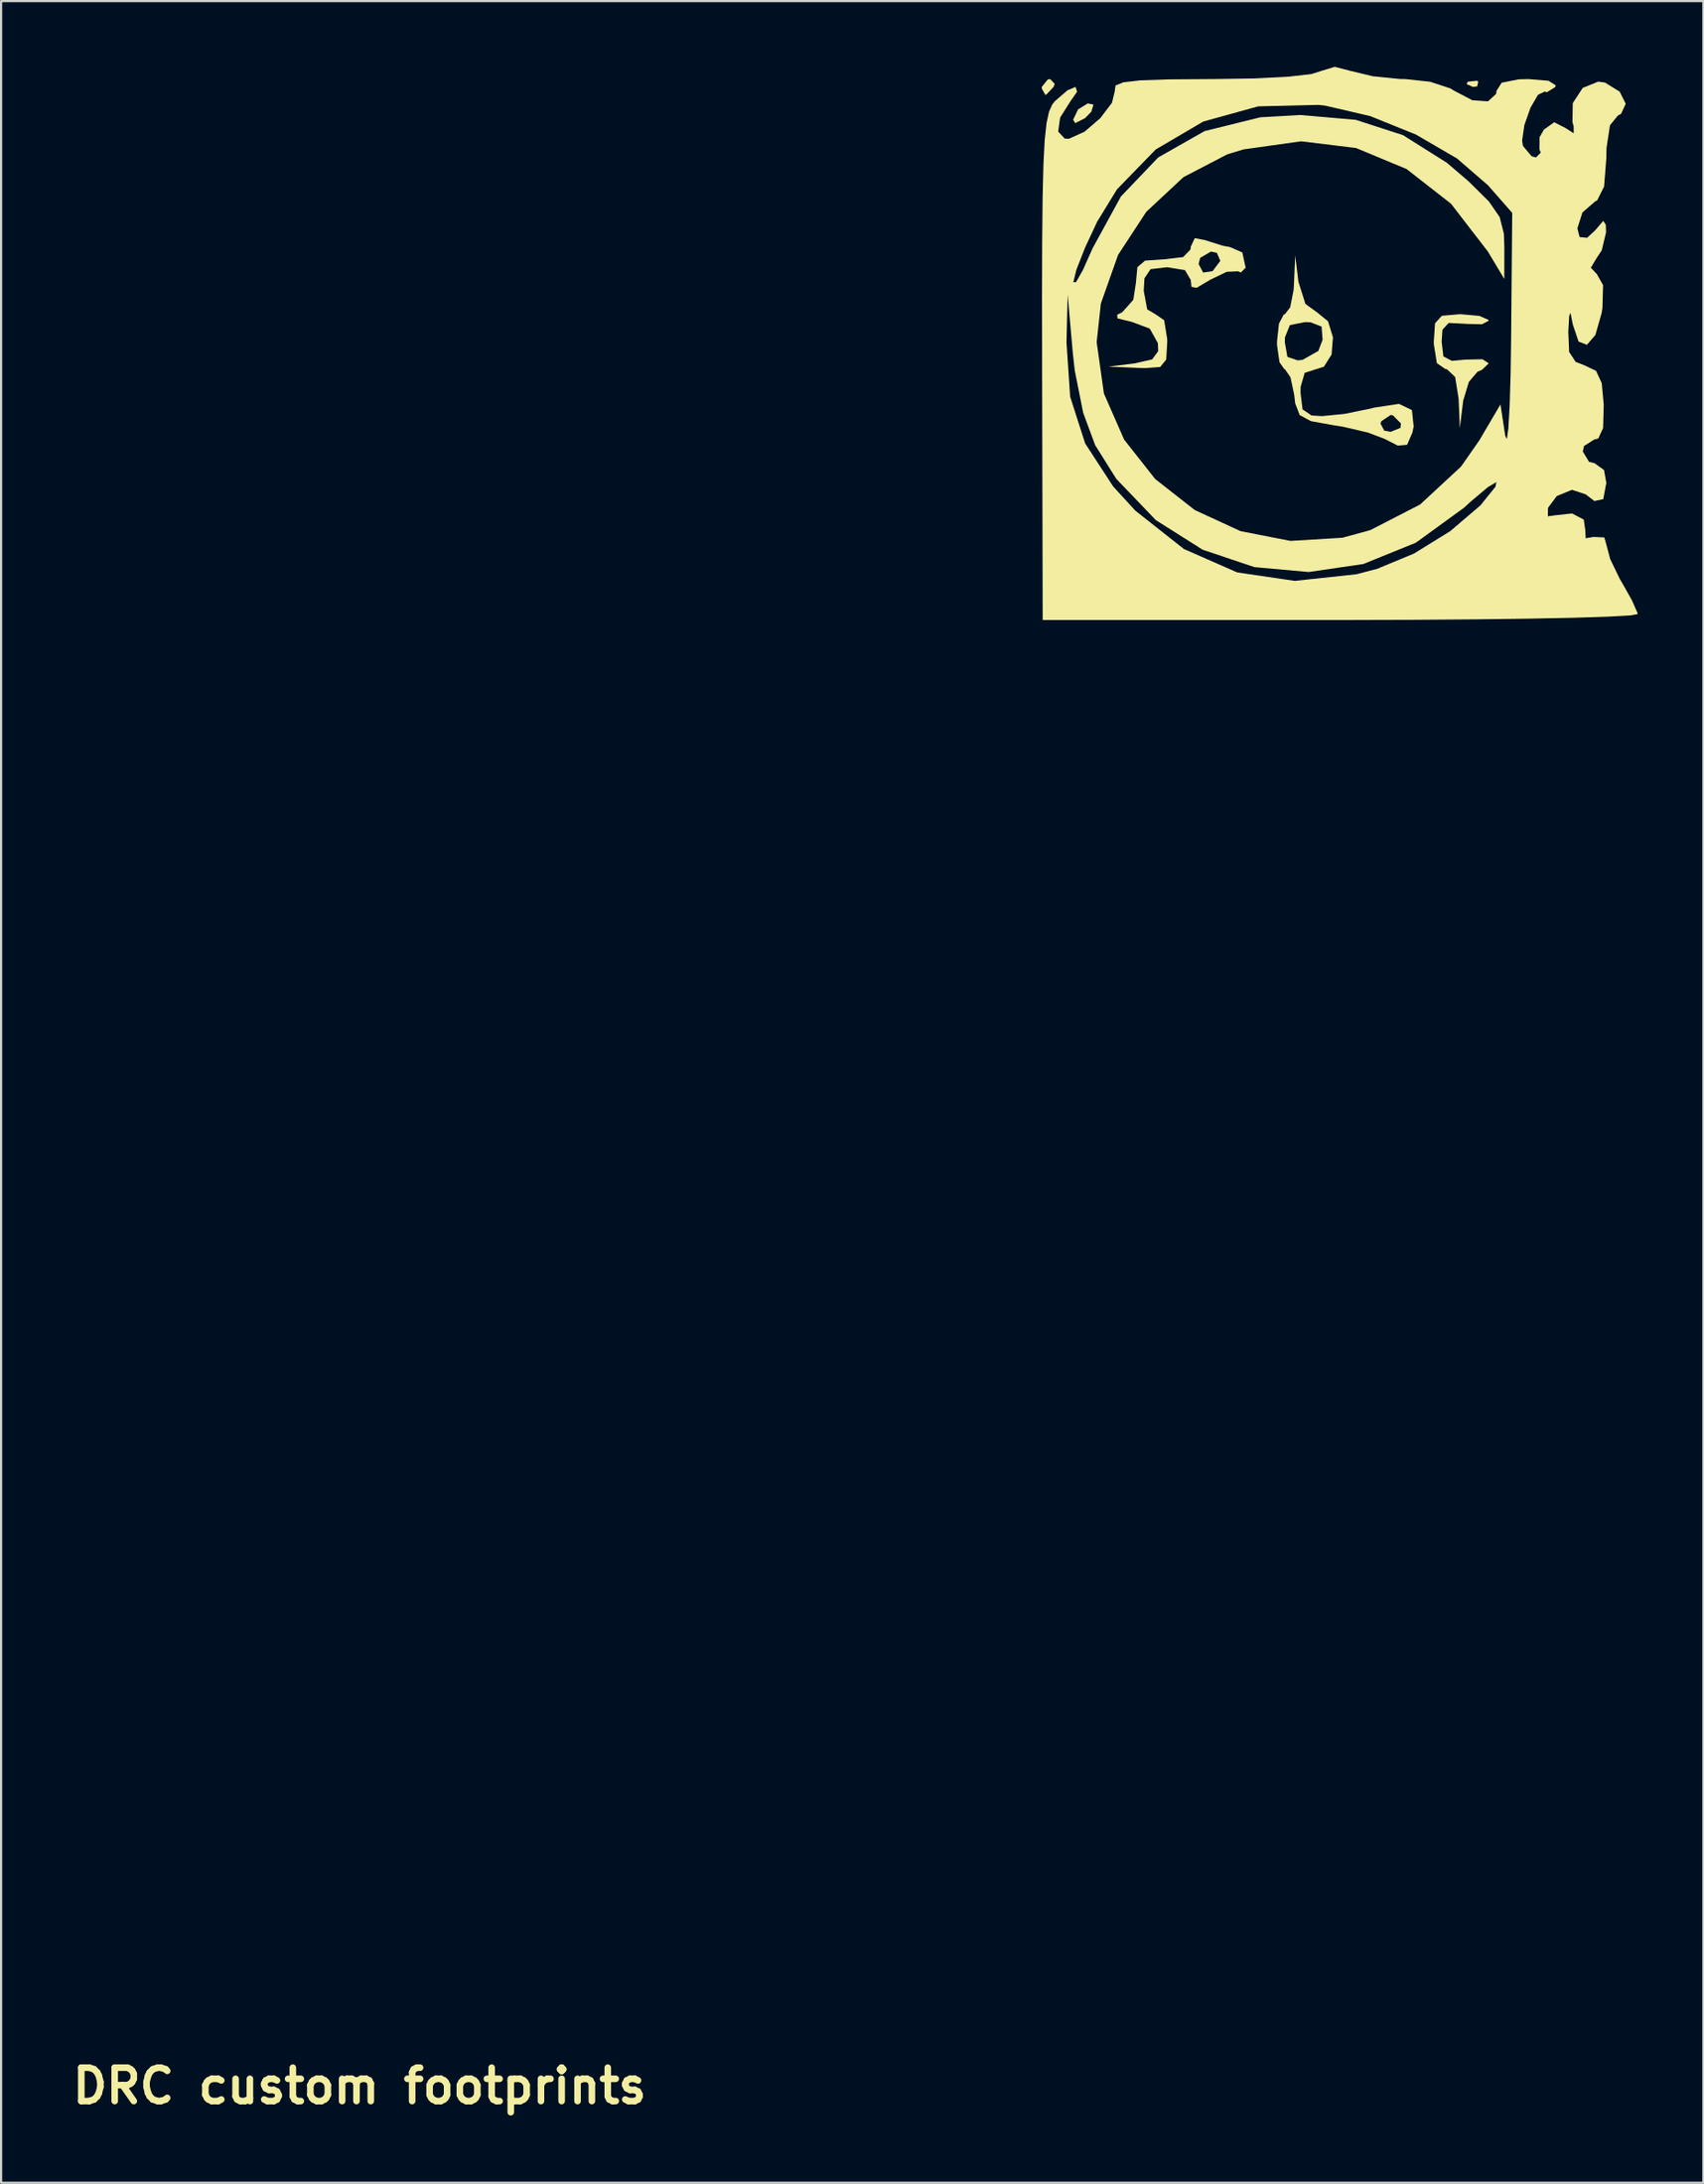
<source format=kicad_pcb>
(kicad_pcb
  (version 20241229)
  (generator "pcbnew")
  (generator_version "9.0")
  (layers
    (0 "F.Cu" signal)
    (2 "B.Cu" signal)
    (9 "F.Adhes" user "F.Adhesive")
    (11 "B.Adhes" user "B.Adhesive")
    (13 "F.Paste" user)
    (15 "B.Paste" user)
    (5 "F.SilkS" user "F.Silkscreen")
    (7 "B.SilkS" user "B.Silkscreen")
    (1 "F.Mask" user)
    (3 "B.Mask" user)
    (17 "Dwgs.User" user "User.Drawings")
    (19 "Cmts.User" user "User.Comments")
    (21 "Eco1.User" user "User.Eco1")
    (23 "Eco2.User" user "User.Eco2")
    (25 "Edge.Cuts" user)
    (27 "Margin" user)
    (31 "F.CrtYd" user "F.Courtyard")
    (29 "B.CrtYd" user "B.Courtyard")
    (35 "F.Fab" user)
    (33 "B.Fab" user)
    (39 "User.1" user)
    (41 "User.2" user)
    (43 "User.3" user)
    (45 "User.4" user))
  (footprint "DRC custom footprints"
    (layer "F.Cu")
    (at 13.36 92.142)
    (property "Reference" "DRC custom footprints" (at 0 0 0) (layer "F.SilkS") (effects (font (size 1.524 1.524) (thickness 0.3))))
    (attr board_only exclude_from_pos_files exclude_from_bom)
    (fp_poly (pts (xy 51.038 -91.464) (xy 50.989 -91.251) (xy 50.8 -91.225) (xy 50.506 -91.356) (xy 50.562 -91.464) (xy 50.986 -91.507)) (stroke (width 0) (type solid)) (fill yes) (layer "F.SilkS"))
    (fp_poly (pts (xy 33.482 -90.418) (xy 33.385 -90.094) (xy 33.1 -89.802) (xy 32.65 -89.571) (xy 32.555 -89.729) (xy 32.778 -90.198) (xy 33.223 -90.474)) (stroke (width 0) (type solid)) (fill yes) (layer "F.SilkS"))
    (fp_poly (pts (xy 31.716 -91.364) (xy 31.661 -91.225) (xy 31.339 -90.884) (xy 31.282 -90.868) (xy 31.128 -91.144) (xy 31.124 -91.225) (xy 31.399 -91.569) (xy 31.503 -91.583)) (stroke (width 0) (type solid)) (fill yes) (layer "F.SilkS"))
    (fp_poly (pts (xy 51.091 -80.776) (xy 51.505 -80.594) (xy 51.515 -80.555) (xy 51.21 -80.394) (xy 50.472 -80.412) (xy 50.442 -80.417) (xy 49.689 -80.455) (xy 49.406 -80.146) (xy 49.369 -79.599) (xy 49.448 -78.926) (xy 49.834 -78.725) (xy 50.442 -78.781) (xy 51.231 -78.797) (xy 51.518 -78.611) (xy 51.209 -78.316) (xy 51.003 -78.226) (xy 50.611 -77.766) (xy 50.354 -76.916) (xy 50.345 -76.847) (xy 50.199 -75.663) (xy 50.142 -77.005) (xy 49.985 -77.986) (xy 49.608 -78.343) (xy 49.548 -78.346) (xy 49.151 -78.618) (xy 49.012 -79.485) (xy 49.011 -79.599) (xy 49.067 -80.438) (xy 49.379 -80.782) (xy 50.168 -80.851) (xy 50.263 -80.851)) (stroke (width 0) (type solid)) (fill yes) (layer "F.SilkS"))
    (fp_poly (pts (xy 38.547 -84.241) (xy 39.376 -83.979) (xy 39.71 -83.918) (xy 40.274 -83.672) (xy 40.425 -82.976) (xy 40.208 -82.759) (xy 40.078 -82.812) (xy 39.562 -82.788) (xy 38.826 -82.434) (xy 38.193 -82.059) (xy 37.955 -82.1) (xy 37.921 -82.419) (xy 37.656 -82.865) (xy 36.848 -82.997) (xy 36.088 -82.909) (xy 35.808 -82.49) (xy 35.775 -81.924) (xy 35.935 -81.072) (xy 36.311 -80.851) (xy 36.708 -80.579) (xy 36.847 -79.713) (xy 36.848 -79.599) (xy 36.802 -78.782) (xy 36.524 -78.443) (xy 35.802 -78.392) (xy 35.506 -78.404) (xy 34.165 -78.461) (xy 35.349 -78.607) (xy 36.16 -78.791) (xy 36.436 -79.167) (xy 36.422 -79.531) (xy 36.052 -80.195) (xy 35.238 -80.5) (xy 34.576 -80.663) (xy 34.567 -80.832) (xy 34.791 -80.939) (xy 35.299 -81.507) (xy 35.417 -82.27) (xy 35.486 -82.999) (xy 35.659 -83.146) (xy 38.279 -83.146) (xy 38.487 -82.754) (xy 38.916 -82.817) (xy 39.27 -83.288) (xy 39.114 -83.653) (xy 38.845 -83.713) (xy 38.352 -83.425) (xy 38.279 -83.146) (xy 35.659 -83.146) (xy 35.836 -83.298) (xy 36.669 -83.355) (xy 37.572 -83.459) (xy 37.91 -83.809) (xy 37.921 -83.93) (xy 38.104 -84.324)) (stroke (width 0) (type solid)) (fill yes) (layer "F.SilkS"))
    (fp_poly (pts (xy 42.834 -82.331) (xy 43.155 -81.319) (xy 43.671 -80.948) (xy 44.186 -80.528) (xy 44.41 -79.794) (xy 44.347 -79.015) (xy 43.999 -78.46) (xy 43.645 -78.346) (xy 43.121 -78.178) (xy 42.937 -77.55) (xy 42.93 -77.273) (xy 43.021 -76.511) (xy 43.433 -76.231) (xy 43.913 -76.202) (xy 44.923 -76.302) (xy 46.115 -76.544) (xy 46.288 -76.59) (xy 47.421 -76.762) (xy 48.013 -76.479) (xy 48.092 -75.725) (xy 48.031 -75.445) (xy 47.793 -74.894) (xy 47.369 -74.857) (xy 46.747 -75.171) (xy 46 -75.453) (xy 44.893 -75.712) (xy 44.421 -75.789) (xy 43.978 -75.869) (xy 46.576 -75.869) (xy 46.748 -75.543) (xy 47.044 -75.485) (xy 47.489 -75.666) (xy 47.512 -75.869) (xy 47.142 -76.239) (xy 47.044 -76.254) (xy 46.624 -75.975) (xy 46.576 -75.869) (xy 43.978 -75.869) (xy 43.401 -75.973) (xy 42.891 -76.251) (xy 42.688 -76.78) (xy 42.639 -77.186) (xy 42.472 -77.977) (xy 42.216 -78.343) (xy 42.191 -78.346) (xy 41.97 -78.661) (xy 41.859 -79.434) (xy 41.857 -79.574) (xy 42.214 -79.574) (xy 42.331 -78.904) (xy 42.802 -78.746) (xy 43.019 -78.769) (xy 43.742 -79.176) (xy 43.938 -79.688) (xy 43.89 -80.289) (xy 43.38 -80.486) (xy 43.133 -80.493) (xy 42.442 -80.356) (xy 42.221 -79.801) (xy 42.214 -79.574) (xy 41.857 -79.574) (xy 41.856 -79.599) (xy 41.946 -80.426) (xy 42.167 -80.84) (xy 42.214 -80.851) (xy 42.458 -81.167) (xy 42.613 -81.952) (xy 42.629 -82.192) (xy 42.686 -83.534)) (stroke (width 0) (type solid)) (fill yes) (layer "F.SilkS"))
    (fp_poly (pts (xy 45.22 -91.954) (xy 46.223 -91.713) (xy 47.46 -91.588) (xy 47.714 -91.583) (xy 48.844 -91.461) (xy 49.764 -91.159) (xy 49.927 -91.058) (xy 50.771 -90.617) (xy 51.484 -90.567) (xy 51.857 -90.91) (xy 51.873 -91.046) (xy 52.106 -91.417) (xy 52.881 -91.572) (xy 53.325 -91.583) (xy 54.243 -91.507) (xy 54.576 -91.297) (xy 54.553 -91.22) (xy 54.172 -90.983) (xy 54.071 -91.015) (xy 53.763 -90.865) (xy 53.42 -90.27) (xy 53.144 -89.488) (xy 53.04 -88.774) (xy 53.08 -88.532) (xy 53.471 -88.064) (xy 53.672 -88.006) (xy 53.891 -88.226) (xy 53.831 -88.379) (xy 53.836 -88.93) (xy 54.036 -89.278) (xy 54.504 -89.613) (xy 55.013 -89.354) (xy 55.396 -89.109) (xy 55.392 -89.432) (xy 55.338 -89.618) (xy 55.352 -90.488) (xy 55.806 -91.18) (xy 56.515 -91.468) (xy 56.822 -91.423) (xy 57.493 -91.009) (xy 57.768 -90.456) (xy 57.556 -89.996) (xy 57.412 -89.921) (xy 57.049 -89.476) (xy 56.892 -88.447) (xy 56.882 -87.956) (xy 56.78 -86.678) (xy 56.468 -86.052) (xy 56.373 -85.999) (xy 55.792 -85.496) (xy 55.562 -84.771) (xy 55.663 -84.374) (xy 56.005 -84.34) (xy 56.368 -84.675) (xy 56.741 -85.11) (xy 56.858 -84.936) (xy 56.87 -84.589) (xy 56.674 -83.766) (xy 56.437 -83.412) (xy 56.177 -82.975) (xy 56.451 -82.684) (xy 56.734 -82.18) (xy 56.706 -81.144) (xy 56.671 -80.911) (xy 56.383 -79.904) (xy 55.996 -79.456) (xy 55.616 -79.605) (xy 55.351 -80.394) (xy 55.349 -80.404) (xy 55.25 -80.912) (xy 55.189 -80.774) (xy 55.147 -80.053) (xy 55.187 -79.13) (xy 55.483 -78.677) (xy 55.898 -78.516) (xy 56.417 -78.264) (xy 56.673 -77.71) (xy 56.765 -76.72) (xy 56.736 -75.663) (xy 56.519 -75.185) (xy 56.318 -75.127) (xy 55.867 -74.84) (xy 55.808 -74.59) (xy 56.095 -74.116) (xy 56.345 -74.054) (xy 56.777 -73.743) (xy 56.882 -73.159) (xy 56.743 -72.414) (xy 56.339 -72.328) (xy 55.94 -72.634) (xy 55.313 -72.839) (xy 54.621 -72.554) (xy 54.222 -72.018) (xy 54.214 -71.631) (xy 54.552 -71.677) (xy 55.318 -71.761) (xy 55.853 -71.481) (xy 55.925 -70.979) (xy 55.94 -70.628) (xy 56.305 -70.689) (xy 56.792 -70.665) (xy 56.882 -70.344) (xy 57.06 -69.679) (xy 57.497 -68.773) (xy 57.596 -68.607) (xy 58.058 -67.784) (xy 58.301 -67.229) (xy 58.311 -67.167) (xy 57.967 -67.107) (xy 56.985 -67.052) (xy 55.442 -67.002) (xy 53.418 -66.961) (xy 50.989 -66.929) (xy 48.233 -66.908) (xy 45.228 -66.899) (xy 44.739 -66.899) (xy 31.165 -66.899) (xy 31.139 -78.402) (xy 31.138 -79.573) (xy 32.251 -79.573) (xy 32.418 -77.091) (xy 33.102 -74.959) (xy 34.378 -72.996) (xy 35.39 -71.891) (xy 37.606 -70.14) (xy 40.039 -69.07) (xy 42.669 -68.683) (xy 45.479 -68.986) (xy 46.426 -69.233) (xy 48.109 -69.932) (xy 49.762 -70.954) (xy 51.139 -72.13) (xy 51.824 -72.98) (xy 51.868 -73.195) (xy 51.471 -72.956) (xy 50.704 -72.309) (xy 50.387 -72.02) (xy 48.189 -70.424) (xy 45.791 -69.452) (xy 43.3 -69.088) (xy 40.822 -69.312) (xy 38.463 -70.107) (xy 36.328 -71.456) (xy 34.524 -73.339) (xy 33.559 -74.879) (xy 33.012 -76.357) (xy 32.631 -78.273) (xy 32.542 -79.062) (xy 32.305 -81.745) (xy 32.251 -79.573) (xy 31.138 -79.573) (xy 31.135 -81.611) (xy 31.137 -82.314) (xy 32.563 -82.314) (xy 32.686 -82.316) (xy 32.999 -82.866) (xy 33.436 -83.846) (xy 33.44 -83.856) (xy 34.734 -86.224) (xy 36.435 -88.006) (xy 38.552 -89.209) (xy 41.094 -89.839) (xy 42.93 -89.944) (xy 45.453 -89.723) (xy 47.607 -89.024) (xy 49.61 -87.761) (xy 50.595 -86.919) (xy 51.523 -86.001) (xy 52.017 -85.284) (xy 52.207 -84.528) (xy 52.23 -83.935) (xy 52.228 -82.461) (xy 51.478 -83.713) (xy 49.797 -85.894) (xy 47.768 -87.478) (xy 45.462 -88.437) (xy 42.955 -88.744) (xy 40.319 -88.372) (xy 39.587 -88.148) (xy 37.59 -87.109) (xy 35.895 -85.53) (xy 34.605 -83.56) (xy 33.821 -81.345) (xy 33.628 -79.58) (xy 33.959 -77.234) (xy 34.882 -75.129) (xy 36.298 -73.333) (xy 38.102 -71.918) (xy 40.195 -70.953) (xy 42.474 -70.507) (xy 44.838 -70.652) (xy 46.11 -70.999) (xy 48.388 -72.17) (xy 50.253 -73.899) (xy 51.086 -75.093) (xy 52.052 -76.737) (xy 52.27 -75.306) (xy 52.344 -75.158) (xy 52.413 -75.644) (xy 52.472 -76.679) (xy 52.517 -78.182) (xy 52.538 -79.676) (xy 52.589 -85.477) (xy 51.485 -86.734) (xy 50.072 -87.958) (xy 48.195 -89.052) (xy 46.105 -89.896) (xy 44.053 -90.372) (xy 43.747 -90.405) (xy 40.996 -90.338) (xy 38.495 -89.646) (xy 36.322 -88.37) (xy 34.556 -86.553) (xy 33.648 -85.07) (xy 33.093 -83.878) (xy 32.703 -82.882) (xy 32.563 -82.314) (xy 31.137 -82.314) (xy 31.142 -84.179) (xy 31.162 -86.185) (xy 31.2 -87.702) (xy 31.258 -88.808) (xy 31.342 -89.578) (xy 31.453 -90.088) (xy 31.596 -90.413) (xy 31.711 -90.566) (xy 32.301 -91.074) (xy 32.666 -91.225) (xy 32.736 -91.01) (xy 32.432 -90.571) (xy 31.961 -89.826) (xy 31.872 -89.188) (xy 32.173 -88.864) (xy 32.368 -88.862) (xy 33.072 -89.179) (xy 33.794 -89.8) (xy 34.327 -90.503) (xy 34.464 -91.067) (xy 34.458 -91.085) (xy 34.492 -91.293) (xy 34.847 -91.436) (xy 35.62 -91.525) (xy 36.91 -91.57) (xy 38.813 -91.583) (xy 38.885 -91.583) (xy 40.808 -91.611) (xy 42.36 -91.69) (xy 43.424 -91.811) (xy 43.873 -91.954) (xy 44.49 -92.142)) (stroke (width 0) (type solid)) (fill yes) (layer "F.SilkS")))
  (gr_rect
    (start -3 -3)
    (end 74.672 96.56)
    (stroke (width 0.1) (type default))
    (fill no)
    (layer "Edge.Cuts")))
</source>
